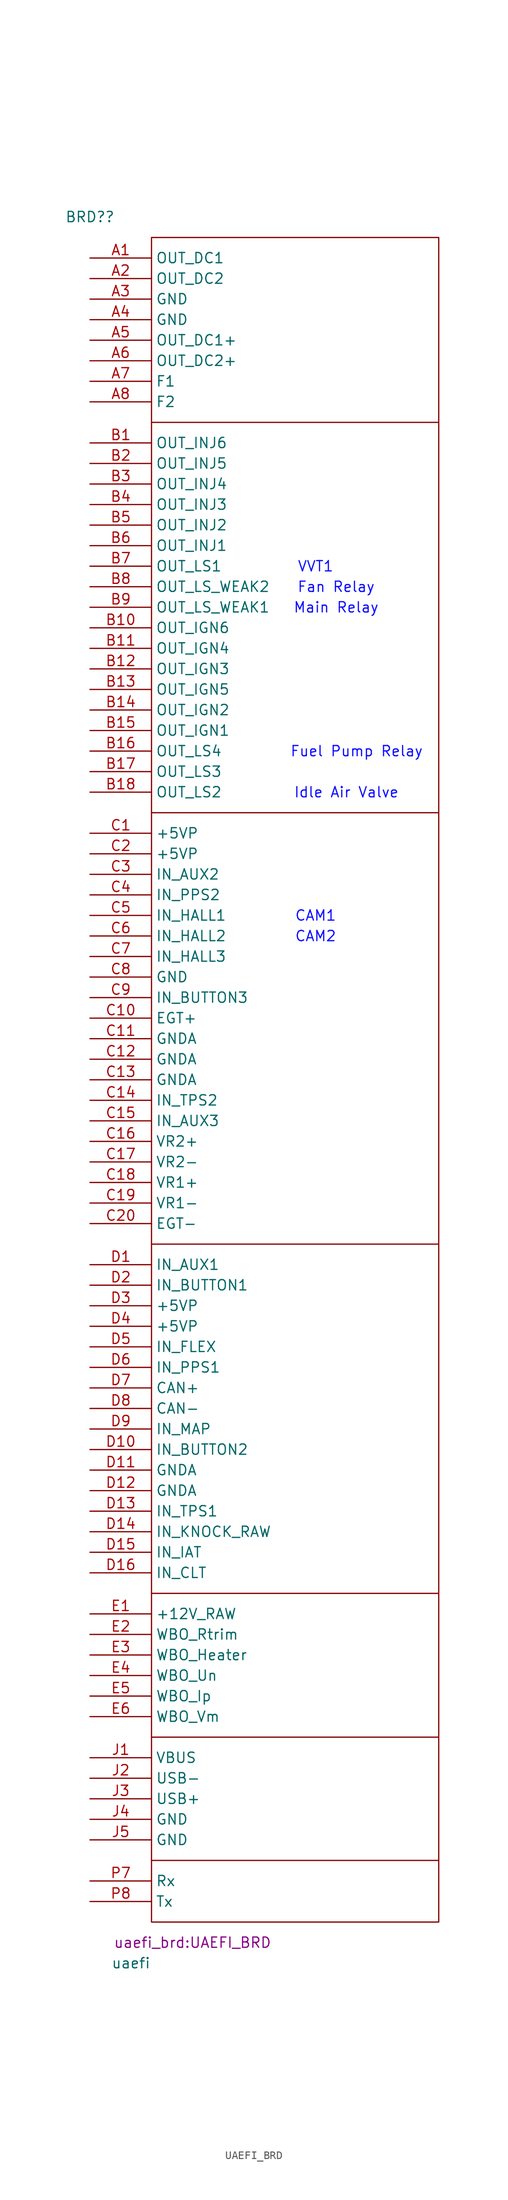
<source format=kicad_sym>
(kicad_symbol_lib
  (version 20220914)
  (generator kicad_symbol_editor)
  (symbol "UAEFI_BRD"
    (property "Reference" "BRD?"
      (at 0 5.08 0)
      (effects (font (size 1.27 1.27))))
    (property "Value" "uaefi"
      (at 5.08 -210.82 0)
      (effects (font (size 1.27 1.27))))
    (property "Footprint" "uaefi_brd:UAEFI_BRD"
      (at 12.7 -208.28 0)
      (effects (font (size 1.27 1.27))))
    (symbol "UAEFI_BRD_0_1"
      (polyline (pts (xy 7.62 -198.12) (xy 43.18 -198.12)) (stroke (width 0) (type default)) (fill (type none)))
      (polyline (pts (xy 7.62 -182.88) (xy 43.18 -182.88)) (stroke (width 0) (type default)) (fill (type none)))
      (polyline (pts (xy 7.62 -165.1) (xy 43.18 -165.1)) (stroke (width 0) (type default)) (fill (type none)))
      (polyline (pts (xy 7.62 -121.92) (xy 43.18 -121.92)) (stroke (width 0) (type default)) (fill (type none)))
      (polyline (pts (xy 7.62 -68.58) (xy 43.18 -68.58)) (stroke (width 0) (type default)) (fill (type none)))
      (polyline (pts (xy 7.62 -20.32) (xy 43.18 -20.32)) (stroke (width 0) (type default)) (fill (type none)))
      (rectangle (start 7.62 2.54) (end 43.18 -205.74) (stroke (width 0) (type default)) (fill (type none))))
    (symbol "UAEFI_BRD_1_0"
      (pin passive line (at 0 -106.68 0) (length 7.62) (name "IN_AUX3" (effects (font (size 1.27 1.27)))) (number "C15" (effects (font (size 1.27 1.27)))))
      (pin passive line (at 0 -109.22 0) (length 7.62) (name "VR2+" (effects (font (size 1.27 1.27)))) (number "C16" (effects (font (size 1.27 1.27)))))
      (pin passive line (at 0 -111.76 0) (length 7.62) (name "VR2-" (effects (font (size 1.27 1.27)))) (number "C17" (effects (font (size 1.27 1.27)))))
      (pin passive line (at 0 -114.3 0) (length 7.62) (name "VR1+" (effects (font (size 1.27 1.27)))) (number "C18" (effects (font (size 1.27 1.27)))))
      (pin passive line (at 0 -116.84 0) (length 7.62) (name "VR1-" (effects (font (size 1.27 1.27)))) (number "C19" (effects (font (size 1.27 1.27)))))
      (pin passive line (at 0 -119.38 0) (length 7.62) (name "EGT-" (effects (font (size 1.27 1.27)))) (number "C20" (effects (font (size 1.27 1.27)))))
      (pin passive line (at 0 -124.46 0) (length 7.62) (name "IN_AUX1" (effects (font (size 1.27 1.27)))) (number "D1" (effects (font (size 1.27 1.27)))))
      (pin passive line (at 0 -147.32 0) (length 7.62) (name "IN_BUTTON2" (effects (font (size 1.27 1.27)))) (number "D10" (effects (font (size 1.27 1.27)))))
      (pin passive line (at 0 -149.86 0) (length 7.62) (name "GNDA" (effects (font (size 1.27 1.27)))) (number "D11" (effects (font (size 1.27 1.27)))))
      (pin passive line (at 0 -152.4 0) (length 7.62) (name "GNDA" (effects (font (size 1.27 1.27)))) (number "D12" (effects (font (size 1.27 1.27)))))
      (pin passive line (at 0 -154.94 0) (length 7.62) (name "IN_TPS1" (effects (font (size 1.27 1.27)))) (number "D13" (effects (font (size 1.27 1.27)))))
      (pin passive line (at 0 -157.48 0) (length 7.62) (name "IN_KNOCK_RAW" (effects (font (size 1.27 1.27)))) (number "D14" (effects (font (size 1.27 1.27)))))
      (pin passive line (at 0 -160.02 0) (length 7.62) (name "IN_IAT" (effects (font (size 1.27 1.27)))) (number "D15" (effects (font (size 1.27 1.27)))))
      (pin passive line (at 0 -162.56 0) (length 7.62) (name "IN_CLT" (effects (font (size 1.27 1.27)))) (number "D16" (effects (font (size 1.27 1.27)))))
      (pin passive line (at 0 -127 0) (length 7.62) (name "IN_BUTTON1" (effects (font (size 1.27 1.27)))) (number "D2" (effects (font (size 1.27 1.27)))))
      (pin passive line (at 0 -129.54 0) (length 7.62) (name "+5VP" (effects (font (size 1.27 1.27)))) (number "D3" (effects (font (size 1.27 1.27)))))
      (pin passive line (at 0 -132.08 0) (length 7.62) (name "+5VP" (effects (font (size 1.27 1.27)))) (number "D4" (effects (font (size 1.27 1.27)))))
      (pin passive line (at 0 -134.62 0) (length 7.62) (name "IN_FLEX" (effects (font (size 1.27 1.27)))) (number "D5" (effects (font (size 1.27 1.27)))))
      (pin passive line (at 0 -137.16 0) (length 7.62) (name "IN_PPS1" (effects (font (size 1.27 1.27)))) (number "D6" (effects (font (size 1.27 1.27)))))
      (pin passive line (at 0 -139.7 0) (length 7.62) (name "CAN+" (effects (font (size 1.27 1.27)))) (number "D7" (effects (font (size 1.27 1.27)))))
      (pin passive line (at 0 -142.24 0) (length 7.62) (name "CAN-" (effects (font (size 1.27 1.27)))) (number "D8" (effects (font (size 1.27 1.27)))))
      (pin passive line (at 0 -144.78 0) (length 7.62) (name "IN_MAP" (effects (font (size 1.27 1.27)))) (number "D9" (effects (font (size 1.27 1.27)))))
      (pin passive line (at 0 -167.64 0) (length 7.62) (name "+12V_RAW" (effects (font (size 1.27 1.27)))) (number "E1" (effects (font (size 1.27 1.27)))))
      (pin passive line (at 0 -170.18 0) (length 7.62) (name "WBO_Rtrim" (effects (font (size 1.27 1.27)))) (number "E2" (effects (font (size 1.27 1.27)))))
      (pin passive line (at 0 -172.72 0) (length 7.62) (name "WBO_Heater" (effects (font (size 1.27 1.27)))) (number "E3" (effects (font (size 1.27 1.27)))))
      (pin passive line (at 0 -175.26 0) (length 7.62) (name "WBO_Un" (effects (font (size 1.27 1.27)))) (number "E4" (effects (font (size 1.27 1.27)))))
      (pin passive line (at 0 -177.8 0) (length 7.62) (name "WBO_Ip" (effects (font (size 1.27 1.27)))) (number "E5" (effects (font (size 1.27 1.27)))))
      (pin passive line (at 0 -180.34 0) (length 7.62) (name "WBO_Vm" (effects (font (size 1.27 1.27)))) (number "E6" (effects (font (size 1.27 1.27)))))
      (pin passive line (at 0 -185.42 0) (length 7.62) (name "VBUS" (effects (font (size 1.27 1.27)))) (number "J1" (effects (font (size 1.27 1.27)))))
      (pin passive line (at 0 -187.96 0) (length 7.62) (name "USB-" (effects (font (size 1.27 1.27)))) (number "J2" (effects (font (size 1.27 1.27)))))
      (pin passive line (at 0 -190.5 0) (length 7.62) (name "USB+" (effects (font (size 1.27 1.27)))) (number "J3" (effects (font (size 1.27 1.27)))))
      (pin passive line (at 0 -193.04 0) (length 7.62) (name "GND" (effects (font (size 1.27 1.27)))) (number "J4" (effects (font (size 1.27 1.27)))))
      (pin passive line (at 0 -195.58 0) (length 7.62) (name "GND" (effects (font (size 1.27 1.27)))) (number "J5" (effects (font (size 1.27 1.27)))))
      (pin passive line (at 0 -200.66 0) (length 7.62) (name "Rx" (effects (font (size 1.27 1.27)))) (number "P7" (effects (font (size 1.27 1.27)))))
      (pin passive line (at 0 -203.2 0) (length 7.62) (name "Tx" (effects (font (size 1.27 1.27)))) (number "P8" (effects (font (size 1.27 1.27))))))
    (symbol "UAEFI_BRD_1_1"
      (text "CAM1" (at 27.94 -81.28 0) (effects (font (size 1.27 1.27) (color 13 14 255 1))))
      (text "CAM2" (at 27.94 -83.82 0) (effects (font (size 1.27 1.27) (color 13 14 255 1))))
      (text "Fan Relay" (at 30.48 -40.64 0) (effects (font (size 1.27 1.27) (color 13 14 255 1))))
      (text "Fuel Pump Relay" (at 33.02 -60.96 0) (effects (font (size 1.27 1.27) (color 13 14 255 1))))
      (text "Idle Air Valve" (at 31.75 -66.04 0) (effects (font (size 1.27 1.27) (color 13 14 255 1))))
      (text "Main Relay" (at 30.48 -43.18 0) (effects (font (size 1.27 1.27) (color 13 14 255 1))))
      (text "VVT1" (at 27.94 -38.1 0) (effects (font (size 1.27 1.27) (color 13 14 255 1))))
      (pin passive line (at 0 0 0) (length 7.62) (name "OUT_DC1" (effects (font (size 1.27 1.27)))) (number "A1" (effects (font (size 1.27 1.27)))))
      (pin passive line (at 0 -2.54 0) (length 7.62) (name "OUT_DC2" (effects (font (size 1.27 1.27)))) (number "A2" (effects (font (size 1.27 1.27)))))
      (pin passive line (at 0 -5.08 0) (length 7.62) (name "GND" (effects (font (size 1.27 1.27)))) (number "A3" (effects (font (size 1.27 1.27)))))
      (pin passive line (at 0 -7.62 0) (length 7.62) (name "GND" (effects (font (size 1.27 1.27)))) (number "A4" (effects (font (size 1.27 1.27)))))
      (pin passive line (at 0 -10.16 0) (length 7.62) (name "OUT_DC1+" (effects (font (size 1.27 1.27)))) (number "A5" (effects (font (size 1.27 1.27)))))
      (pin passive line (at 0 -12.7 0) (length 7.62) (name "OUT_DC2+" (effects (font (size 1.27 1.27)))) (number "A6" (effects (font (size 1.27 1.27)))))
      (pin passive line (at 0 -15.24 0) (length 7.62) (name "F1" (effects (font (size 1.27 1.27)))) (number "A7" (effects (font (size 1.27 1.27)))))
      (pin passive line (at 0 -17.78 0) (length 7.62) (name "F2" (effects (font (size 1.27 1.27)))) (number "A8" (effects (font (size 1.27 1.27)))))
      (pin passive line (at 0 -22.86 0) (length 7.62) (name "OUT_INJ6" (effects (font (size 1.27 1.27)))) (number "B1" (effects (font (size 1.27 1.27)))))
      (pin passive line (at 0 -45.72 0) (length 7.62) (name "OUT_IGN6" (effects (font (size 1.27 1.27)))) (number "B10" (effects (font (size 1.27 1.27)))))
      (pin passive line (at 0 -48.26 0) (length 7.62) (name "OUT_IGN4" (effects (font (size 1.27 1.27)))) (number "B11" (effects (font (size 1.27 1.27)))))
      (pin passive line (at 0 -50.8 0) (length 7.62) (name "OUT_IGN3" (effects (font (size 1.27 1.27)))) (number "B12" (effects (font (size 1.27 1.27)))))
      (pin passive line (at 0 -53.34 0) (length 7.62) (name "OUT_IGN5" (effects (font (size 1.27 1.27)))) (number "B13" (effects (font (size 1.27 1.27)))))
      (pin passive line (at 0 -55.88 0) (length 7.62) (name "OUT_IGN2" (effects (font (size 1.27 1.27)))) (number "B14" (effects (font (size 1.27 1.27)))))
      (pin passive line (at 0 -58.42 0) (length 7.62) (name "OUT_IGN1" (effects (font (size 1.27 1.27)))) (number "B15" (effects (font (size 1.27 1.27)))))
      (pin passive line (at 0 -60.96 0) (length 7.62) (name "OUT_LS4" (effects (font (size 1.27 1.27)))) (number "B16" (effects (font (size 1.27 1.27)))))
      (pin passive line (at 0 -63.5 0) (length 7.62) (name "OUT_LS3" (effects (font (size 1.27 1.27)))) (number "B17" (effects (font (size 1.27 1.27)))))
      (pin passive line (at 0 -66.04 0) (length 7.62) (name "OUT_LS2" (effects (font (size 1.27 1.27)))) (number "B18" (effects (font (size 1.27 1.27)))))
      (pin passive line (at 0 -25.4 0) (length 7.62) (name "OUT_INJ5" (effects (font (size 1.27 1.27)))) (number "B2" (effects (font (size 1.27 1.27)))))
      (pin passive line (at 0 -27.94 0) (length 7.62) (name "OUT_INJ4" (effects (font (size 1.27 1.27)))) (number "B3" (effects (font (size 1.27 1.27)))))
      (pin passive line (at 0 -30.48 0) (length 7.62) (name "OUT_INJ3" (effects (font (size 1.27 1.27)))) (number "B4" (effects (font (size 1.27 1.27)))))
      (pin passive line (at 0 -33.02 0) (length 7.62) (name "OUT_INJ2" (effects (font (size 1.27 1.27)))) (number "B5" (effects (font (size 1.27 1.27)))))
      (pin passive line (at 0 -35.56 0) (length 7.62) (name "OUT_INJ1" (effects (font (size 1.27 1.27)))) (number "B6" (effects (font (size 1.27 1.27)))))
      (pin passive line (at 0 -38.1 0) (length 7.62) (name "OUT_LS1" (effects (font (size 1.27 1.27)))) (number "B7" (effects (font (size 1.27 1.27)))))
      (pin passive line (at 0 -40.64 0) (length 7.62) (name "OUT_LS_WEAK2" (effects (font (size 1.27 1.27)))) (number "B8" (effects (font (size 1.27 1.27)))))
      (pin passive line (at 0 -43.18 0) (length 7.62) (name "OUT_LS_WEAK1" (effects (font (size 1.27 1.27)))) (number "B9" (effects (font (size 1.27 1.27)))))
      (pin passive line (at 0 -71.12 0) (length 7.62) (name "+5VP" (effects (font (size 1.27 1.27)))) (number "C1" (effects (font (size 1.27 1.27)))))
      (pin passive line (at 0 -93.98 0) (length 7.62) (name "EGT+" (effects (font (size 1.27 1.27)))) (number "C10" (effects (font (size 1.27 1.27)))))
      (pin passive line (at 0 -96.52 0) (length 7.62) (name "GNDA" (effects (font (size 1.27 1.27)))) (number "C11" (effects (font (size 1.27 1.27)))))
      (pin passive line (at 0 -99.06 0) (length 7.62) (name "GNDA" (effects (font (size 1.27 1.27)))) (number "C12" (effects (font (size 1.27 1.27)))))
      (pin passive line (at 0 -101.6 0) (length 7.62) (name "GNDA" (effects (font (size 1.27 1.27)))) (number "C13" (effects (font (size 1.27 1.27)))))
      (pin passive line (at 0 -104.14 0) (length 7.62) (name "IN_TPS2" (effects (font (size 1.27 1.27)))) (number "C14" (effects (font (size 1.27 1.27)))))
      (pin passive line (at 0 -73.66 0) (length 7.62) (name "+5VP" (effects (font (size 1.27 1.27)))) (number "C2" (effects (font (size 1.27 1.27)))))
      (pin passive line (at 0 -76.2 0) (length 7.62) (name "IN_AUX2" (effects (font (size 1.27 1.27)))) (number "C3" (effects (font (size 1.27 1.27)))))
      (pin passive line (at 0 -78.74 0) (length 7.62) (name "IN_PPS2" (effects (font (size 1.27 1.27)))) (number "C4" (effects (font (size 1.27 1.27)))))
      (pin passive line (at 0 -81.28 0) (length 7.62) (name "IN_HALL1" (effects (font (size 1.27 1.27)))) (number "C5" (effects (font (size 1.27 1.27)))))
      (pin passive line (at 0 -83.82 0) (length 7.62) (name "IN_HALL2" (effects (font (size 1.27 1.27)))) (number "C6" (effects (font (size 1.27 1.27)))))
      (pin passive line (at 0 -86.36 0) (length 7.62) (name "IN_HALL3" (effects (font (size 1.27 1.27)))) (number "C7" (effects (font (size 1.27 1.27)))))
      (pin passive line (at 0 -88.9 0) (length 7.62) (name "GND" (effects (font (size 1.27 1.27)))) (number "C8" (effects (font (size 1.27 1.27)))))
      (pin passive line (at 0 -91.44 0) (length 7.62) (name "IN_BUTTON3" (effects (font (size 1.27 1.27)))) (number "C9" (effects (font (size 1.27 1.27))))))))
</source>
